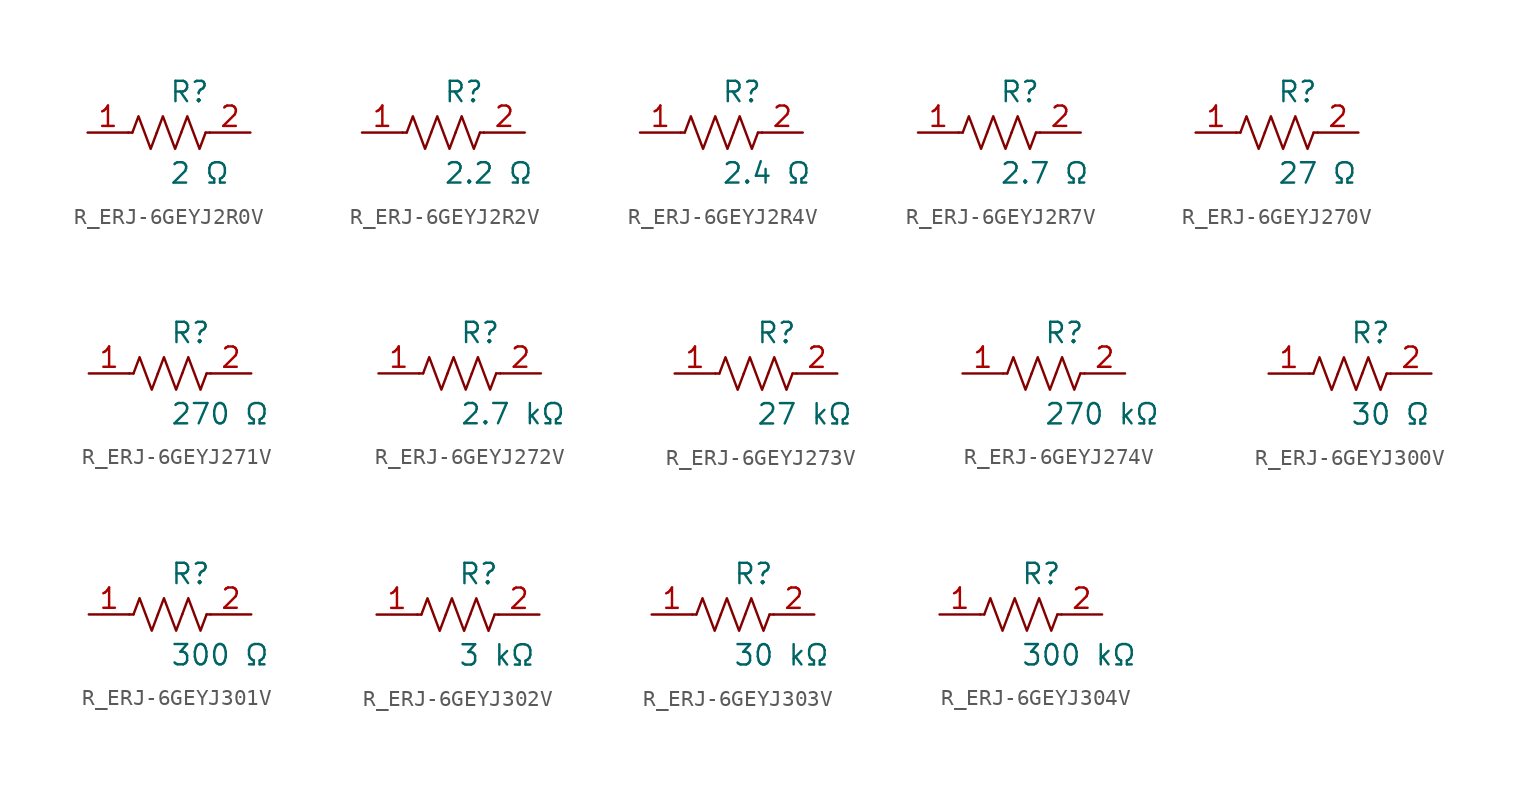
<source format=kicad_sym>
(kicad_symbol_lib
  (version 20231120)
  (generator kicad_symbol_editor)
  (generator_version 8.0)
  (symbol "R_ERJ-6GEYJ2R0V"
    (pin_names
      (offset 0.254))
    (property "Reference" "R"
      (at 0 2.54 0)
      (effects (font (size 1.27 1.27)) (justify left)))
    (property "Value" "2 Ω"
      (at 0 -2.54 0)
      (effects (font (size 1.27 1.27)) (justify left)))
    (symbol "R_ERJ-6GEYJ2R0V_0_1"
      (polyline (pts (xy 2.286 0) (xy 2.54 0)) (stroke (width 0) (type default)) (fill (type none)))
      (polyline (pts (xy -2.286 0) (xy -2.54 0)) (stroke (width 0) (type default)) (fill (type none)))
      (polyline (pts (xy 0.762 0) (xy 1.143 1.016) (xy 1.524 0) (xy 1.905 -1.016) (xy 2.286 0)) (stroke (width 0) (type default)) (fill (type none)))
      (polyline (pts (xy -0.762 0) (xy -0.381 1.016) (xy 0 0) (xy 0.381 -1.016) (xy 0.762 0)) (stroke (width 0) (type default)) (fill (type none)))
      (polyline (pts (xy -2.286 0) (xy -1.905 1.016) (xy -1.524 0) (xy -1.143 -1.016) (xy -0.762 0)) (stroke (width 0) (type default)) (fill (type none))))
    (pin passive line
      (at -5.08 0 0)
      (length 2.54)
      (name "" (effects (font (size 1.27 1.27))))
      (number "1" (effects (font (size 1.27 1.27)))))
    (pin passive line
      (at 5.08 0 180)
      (length 2.54)
      (name "" (effects (font (size 1.27 1.27))))
      (number "2" (effects (font (size 1.27 1.27))))))
  (symbol "R_ERJ-6GEYJ2R2V"
    (pin_names
      (offset 0.254))
    (property "Reference" "R"
      (at 0 2.54 0)
      (effects (font (size 1.27 1.27)) (justify left)))
    (property "Value" "2.2 Ω"
      (at 0 -2.54 0)
      (effects (font (size 1.27 1.27)) (justify left)))
    (symbol "R_ERJ-6GEYJ2R2V_0_1"
      (polyline (pts (xy 2.286 0) (xy 2.54 0)) (stroke (width 0) (type default)) (fill (type none)))
      (polyline (pts (xy -2.286 0) (xy -2.54 0)) (stroke (width 0) (type default)) (fill (type none)))
      (polyline (pts (xy 0.762 0) (xy 1.143 1.016) (xy 1.524 0) (xy 1.905 -1.016) (xy 2.286 0)) (stroke (width 0) (type default)) (fill (type none)))
      (polyline (pts (xy -0.762 0) (xy -0.381 1.016) (xy 0 0) (xy 0.381 -1.016) (xy 0.762 0)) (stroke (width 0) (type default)) (fill (type none)))
      (polyline (pts (xy -2.286 0) (xy -1.905 1.016) (xy -1.524 0) (xy -1.143 -1.016) (xy -0.762 0)) (stroke (width 0) (type default)) (fill (type none))))
    (pin passive line
      (at -5.08 0 0)
      (length 2.54)
      (name "" (effects (font (size 1.27 1.27))))
      (number "1" (effects (font (size 1.27 1.27)))))
    (pin passive line
      (at 5.08 0 180)
      (length 2.54)
      (name "" (effects (font (size 1.27 1.27))))
      (number "2" (effects (font (size 1.27 1.27))))))
  (symbol "R_ERJ-6GEYJ2R4V"
    (pin_names
      (offset 0.254))
    (property "Reference" "R"
      (at 0 2.54 0)
      (effects (font (size 1.27 1.27)) (justify left)))
    (property "Value" "2.4 Ω"
      (at 0 -2.54 0)
      (effects (font (size 1.27 1.27)) (justify left)))
    (symbol "R_ERJ-6GEYJ2R4V_0_1"
      (polyline (pts (xy 2.286 0) (xy 2.54 0)) (stroke (width 0) (type default)) (fill (type none)))
      (polyline (pts (xy -2.286 0) (xy -2.54 0)) (stroke (width 0) (type default)) (fill (type none)))
      (polyline (pts (xy 0.762 0) (xy 1.143 1.016) (xy 1.524 0) (xy 1.905 -1.016) (xy 2.286 0)) (stroke (width 0) (type default)) (fill (type none)))
      (polyline (pts (xy -0.762 0) (xy -0.381 1.016) (xy 0 0) (xy 0.381 -1.016) (xy 0.762 0)) (stroke (width 0) (type default)) (fill (type none)))
      (polyline (pts (xy -2.286 0) (xy -1.905 1.016) (xy -1.524 0) (xy -1.143 -1.016) (xy -0.762 0)) (stroke (width 0) (type default)) (fill (type none))))
    (pin passive line
      (at -5.08 0 0)
      (length 2.54)
      (name "" (effects (font (size 1.27 1.27))))
      (number "1" (effects (font (size 1.27 1.27)))))
    (pin passive line
      (at 5.08 0 180)
      (length 2.54)
      (name "" (effects (font (size 1.27 1.27))))
      (number "2" (effects (font (size 1.27 1.27))))))
  (symbol "R_ERJ-6GEYJ2R7V"
    (pin_names
      (offset 0.254))
    (property "Reference" "R"
      (at 0 2.54 0)
      (effects (font (size 1.27 1.27)) (justify left)))
    (property "Value" "2.7 Ω"
      (at 0 -2.54 0)
      (effects (font (size 1.27 1.27)) (justify left)))
    (symbol "R_ERJ-6GEYJ2R7V_0_1"
      (polyline (pts (xy 2.286 0) (xy 2.54 0)) (stroke (width 0) (type default)) (fill (type none)))
      (polyline (pts (xy -2.286 0) (xy -2.54 0)) (stroke (width 0) (type default)) (fill (type none)))
      (polyline (pts (xy 0.762 0) (xy 1.143 1.016) (xy 1.524 0) (xy 1.905 -1.016) (xy 2.286 0)) (stroke (width 0) (type default)) (fill (type none)))
      (polyline (pts (xy -0.762 0) (xy -0.381 1.016) (xy 0 0) (xy 0.381 -1.016) (xy 0.762 0)) (stroke (width 0) (type default)) (fill (type none)))
      (polyline (pts (xy -2.286 0) (xy -1.905 1.016) (xy -1.524 0) (xy -1.143 -1.016) (xy -0.762 0)) (stroke (width 0) (type default)) (fill (type none))))
    (pin passive line
      (at -5.08 0 0)
      (length 2.54)
      (name "" (effects (font (size 1.27 1.27))))
      (number "1" (effects (font (size 1.27 1.27)))))
    (pin passive line
      (at 5.08 0 180)
      (length 2.54)
      (name "" (effects (font (size 1.27 1.27))))
      (number "2" (effects (font (size 1.27 1.27))))))
  (symbol "R_ERJ-6GEYJ270V"
    (pin_names
      (offset 0.254))
    (property "Reference" "R"
      (at 0 2.54 0)
      (effects (font (size 1.27 1.27)) (justify left)))
    (property "Value" "27 Ω"
      (at 0 -2.54 0)
      (effects (font (size 1.27 1.27)) (justify left)))
    (symbol "R_ERJ-6GEYJ270V_0_1"
      (polyline (pts (xy 2.286 0) (xy 2.54 0)) (stroke (width 0) (type default)) (fill (type none)))
      (polyline (pts (xy -2.286 0) (xy -2.54 0)) (stroke (width 0) (type default)) (fill (type none)))
      (polyline (pts (xy 0.762 0) (xy 1.143 1.016) (xy 1.524 0) (xy 1.905 -1.016) (xy 2.286 0)) (stroke (width 0) (type default)) (fill (type none)))
      (polyline (pts (xy -0.762 0) (xy -0.381 1.016) (xy 0 0) (xy 0.381 -1.016) (xy 0.762 0)) (stroke (width 0) (type default)) (fill (type none)))
      (polyline (pts (xy -2.286 0) (xy -1.905 1.016) (xy -1.524 0) (xy -1.143 -1.016) (xy -0.762 0)) (stroke (width 0) (type default)) (fill (type none))))
    (pin passive line
      (at -5.08 0 0)
      (length 2.54)
      (name "" (effects (font (size 1.27 1.27))))
      (number "1" (effects (font (size 1.27 1.27)))))
    (pin passive line
      (at 5.08 0 180)
      (length 2.54)
      (name "" (effects (font (size 1.27 1.27))))
      (number "2" (effects (font (size 1.27 1.27))))))
  (symbol "R_ERJ-6GEYJ271V"
    (pin_names
      (offset 0.254))
    (property "Reference" "R"
      (at 0 2.54 0)
      (effects (font (size 1.27 1.27)) (justify left)))
    (property "Value" "270 Ω"
      (at 0 -2.54 0)
      (effects (font (size 1.27 1.27)) (justify left)))
    (symbol "R_ERJ-6GEYJ271V_0_1"
      (polyline (pts (xy 2.286 0) (xy 2.54 0)) (stroke (width 0) (type default)) (fill (type none)))
      (polyline (pts (xy -2.286 0) (xy -2.54 0)) (stroke (width 0) (type default)) (fill (type none)))
      (polyline (pts (xy 0.762 0) (xy 1.143 1.016) (xy 1.524 0) (xy 1.905 -1.016) (xy 2.286 0)) (stroke (width 0) (type default)) (fill (type none)))
      (polyline (pts (xy -0.762 0) (xy -0.381 1.016) (xy 0 0) (xy 0.381 -1.016) (xy 0.762 0)) (stroke (width 0) (type default)) (fill (type none)))
      (polyline (pts (xy -2.286 0) (xy -1.905 1.016) (xy -1.524 0) (xy -1.143 -1.016) (xy -0.762 0)) (stroke (width 0) (type default)) (fill (type none))))
    (pin passive line
      (at -5.08 0 0)
      (length 2.54)
      (name "" (effects (font (size 1.27 1.27))))
      (number "1" (effects (font (size 1.27 1.27)))))
    (pin passive line
      (at 5.08 0 180)
      (length 2.54)
      (name "" (effects (font (size 1.27 1.27))))
      (number "2" (effects (font (size 1.27 1.27))))))
  (symbol "R_ERJ-6GEYJ272V"
    (pin_names
      (offset 0.254))
    (property "Reference" "R"
      (at 0 2.54 0)
      (effects (font (size 1.27 1.27)) (justify left)))
    (property "Value" "2.7 kΩ"
      (at 0 -2.54 0)
      (effects (font (size 1.27 1.27)) (justify left)))
    (symbol "R_ERJ-6GEYJ272V_0_1"
      (polyline (pts (xy 2.286 0) (xy 2.54 0)) (stroke (width 0) (type default)) (fill (type none)))
      (polyline (pts (xy -2.286 0) (xy -2.54 0)) (stroke (width 0) (type default)) (fill (type none)))
      (polyline (pts (xy 0.762 0) (xy 1.143 1.016) (xy 1.524 0) (xy 1.905 -1.016) (xy 2.286 0)) (stroke (width 0) (type default)) (fill (type none)))
      (polyline (pts (xy -0.762 0) (xy -0.381 1.016) (xy 0 0) (xy 0.381 -1.016) (xy 0.762 0)) (stroke (width 0) (type default)) (fill (type none)))
      (polyline (pts (xy -2.286 0) (xy -1.905 1.016) (xy -1.524 0) (xy -1.143 -1.016) (xy -0.762 0)) (stroke (width 0) (type default)) (fill (type none))))
    (pin passive line
      (at -5.08 0 0)
      (length 2.54)
      (name "" (effects (font (size 1.27 1.27))))
      (number "1" (effects (font (size 1.27 1.27)))))
    (pin passive line
      (at 5.08 0 180)
      (length 2.54)
      (name "" (effects (font (size 1.27 1.27))))
      (number "2" (effects (font (size 1.27 1.27))))))
  (symbol "R_ERJ-6GEYJ273V"
    (pin_names
      (offset 0.254))
    (property "Reference" "R"
      (at 0 2.54 0)
      (effects (font (size 1.27 1.27)) (justify left)))
    (property "Value" "27 kΩ"
      (at 0 -2.54 0)
      (effects (font (size 1.27 1.27)) (justify left)))
    (symbol "R_ERJ-6GEYJ273V_0_1"
      (polyline (pts (xy 2.286 0) (xy 2.54 0)) (stroke (width 0) (type default)) (fill (type none)))
      (polyline (pts (xy -2.286 0) (xy -2.54 0)) (stroke (width 0) (type default)) (fill (type none)))
      (polyline (pts (xy 0.762 0) (xy 1.143 1.016) (xy 1.524 0) (xy 1.905 -1.016) (xy 2.286 0)) (stroke (width 0) (type default)) (fill (type none)))
      (polyline (pts (xy -0.762 0) (xy -0.381 1.016) (xy 0 0) (xy 0.381 -1.016) (xy 0.762 0)) (stroke (width 0) (type default)) (fill (type none)))
      (polyline (pts (xy -2.286 0) (xy -1.905 1.016) (xy -1.524 0) (xy -1.143 -1.016) (xy -0.762 0)) (stroke (width 0) (type default)) (fill (type none))))
    (pin passive line
      (at -5.08 0 0)
      (length 2.54)
      (name "" (effects (font (size 1.27 1.27))))
      (number "1" (effects (font (size 1.27 1.27)))))
    (pin passive line
      (at 5.08 0 180)
      (length 2.54)
      (name "" (effects (font (size 1.27 1.27))))
      (number "2" (effects (font (size 1.27 1.27))))))
  (symbol "R_ERJ-6GEYJ274V"
    (pin_names
      (offset 0.254))
    (property "Reference" "R"
      (at 0 2.54 0)
      (effects (font (size 1.27 1.27)) (justify left)))
    (property "Value" "270 kΩ"
      (at 0 -2.54 0)
      (effects (font (size 1.27 1.27)) (justify left)))
    (symbol "R_ERJ-6GEYJ274V_0_1"
      (polyline (pts (xy 2.286 0) (xy 2.54 0)) (stroke (width 0) (type default)) (fill (type none)))
      (polyline (pts (xy -2.286 0) (xy -2.54 0)) (stroke (width 0) (type default)) (fill (type none)))
      (polyline (pts (xy 0.762 0) (xy 1.143 1.016) (xy 1.524 0) (xy 1.905 -1.016) (xy 2.286 0)) (stroke (width 0) (type default)) (fill (type none)))
      (polyline (pts (xy -0.762 0) (xy -0.381 1.016) (xy 0 0) (xy 0.381 -1.016) (xy 0.762 0)) (stroke (width 0) (type default)) (fill (type none)))
      (polyline (pts (xy -2.286 0) (xy -1.905 1.016) (xy -1.524 0) (xy -1.143 -1.016) (xy -0.762 0)) (stroke (width 0) (type default)) (fill (type none))))
    (pin passive line
      (at -5.08 0 0)
      (length 2.54)
      (name "" (effects (font (size 1.27 1.27))))
      (number "1" (effects (font (size 1.27 1.27)))))
    (pin passive line
      (at 5.08 0 180)
      (length 2.54)
      (name "" (effects (font (size 1.27 1.27))))
      (number "2" (effects (font (size 1.27 1.27))))))
  (symbol "R_ERJ-6GEYJ300V"
    (pin_names
      (offset 0.254))
    (property "Reference" "R"
      (at 0 2.54 0)
      (effects (font (size 1.27 1.27)) (justify left)))
    (property "Value" "30 Ω"
      (at 0 -2.54 0)
      (effects (font (size 1.27 1.27)) (justify left)))
    (symbol "R_ERJ-6GEYJ300V_0_1"
      (polyline (pts (xy 2.286 0) (xy 2.54 0)) (stroke (width 0) (type default)) (fill (type none)))
      (polyline (pts (xy -2.286 0) (xy -2.54 0)) (stroke (width 0) (type default)) (fill (type none)))
      (polyline (pts (xy 0.762 0) (xy 1.143 1.016) (xy 1.524 0) (xy 1.905 -1.016) (xy 2.286 0)) (stroke (width 0) (type default)) (fill (type none)))
      (polyline (pts (xy -0.762 0) (xy -0.381 1.016) (xy 0 0) (xy 0.381 -1.016) (xy 0.762 0)) (stroke (width 0) (type default)) (fill (type none)))
      (polyline (pts (xy -2.286 0) (xy -1.905 1.016) (xy -1.524 0) (xy -1.143 -1.016) (xy -0.762 0)) (stroke (width 0) (type default)) (fill (type none))))
    (pin passive line
      (at -5.08 0 0)
      (length 2.54)
      (name "" (effects (font (size 1.27 1.27))))
      (number "1" (effects (font (size 1.27 1.27)))))
    (pin passive line
      (at 5.08 0 180)
      (length 2.54)
      (name "" (effects (font (size 1.27 1.27))))
      (number "2" (effects (font (size 1.27 1.27))))))
  (symbol "R_ERJ-6GEYJ301V"
    (pin_names
      (offset 0.254))
    (property "Reference" "R"
      (at 0 2.54 0)
      (effects (font (size 1.27 1.27)) (justify left)))
    (property "Value" "300 Ω"
      (at 0 -2.54 0)
      (effects (font (size 1.27 1.27)) (justify left)))
    (symbol "R_ERJ-6GEYJ301V_0_1"
      (polyline (pts (xy 2.286 0) (xy 2.54 0)) (stroke (width 0) (type default)) (fill (type none)))
      (polyline (pts (xy -2.286 0) (xy -2.54 0)) (stroke (width 0) (type default)) (fill (type none)))
      (polyline (pts (xy 0.762 0) (xy 1.143 1.016) (xy 1.524 0) (xy 1.905 -1.016) (xy 2.286 0)) (stroke (width 0) (type default)) (fill (type none)))
      (polyline (pts (xy -0.762 0) (xy -0.381 1.016) (xy 0 0) (xy 0.381 -1.016) (xy 0.762 0)) (stroke (width 0) (type default)) (fill (type none)))
      (polyline (pts (xy -2.286 0) (xy -1.905 1.016) (xy -1.524 0) (xy -1.143 -1.016) (xy -0.762 0)) (stroke (width 0) (type default)) (fill (type none))))
    (pin passive line
      (at -5.08 0 0)
      (length 2.54)
      (name "" (effects (font (size 1.27 1.27))))
      (number "1" (effects (font (size 1.27 1.27)))))
    (pin passive line
      (at 5.08 0 180)
      (length 2.54)
      (name "" (effects (font (size 1.27 1.27))))
      (number "2" (effects (font (size 1.27 1.27))))))
  (symbol "R_ERJ-6GEYJ302V"
    (pin_names
      (offset 0.254))
    (property "Reference" "R"
      (at 0 2.54 0)
      (effects (font (size 1.27 1.27)) (justify left)))
    (property "Value" "3 kΩ"
      (at 0 -2.54 0)
      (effects (font (size 1.27 1.27)) (justify left)))
    (symbol "R_ERJ-6GEYJ302V_0_1"
      (polyline (pts (xy 2.286 0) (xy 2.54 0)) (stroke (width 0) (type default)) (fill (type none)))
      (polyline (pts (xy -2.286 0) (xy -2.54 0)) (stroke (width 0) (type default)) (fill (type none)))
      (polyline (pts (xy 0.762 0) (xy 1.143 1.016) (xy 1.524 0) (xy 1.905 -1.016) (xy 2.286 0)) (stroke (width 0) (type default)) (fill (type none)))
      (polyline (pts (xy -0.762 0) (xy -0.381 1.016) (xy 0 0) (xy 0.381 -1.016) (xy 0.762 0)) (stroke (width 0) (type default)) (fill (type none)))
      (polyline (pts (xy -2.286 0) (xy -1.905 1.016) (xy -1.524 0) (xy -1.143 -1.016) (xy -0.762 0)) (stroke (width 0) (type default)) (fill (type none))))
    (pin passive line
      (at -5.08 0 0)
      (length 2.54)
      (name "" (effects (font (size 1.27 1.27))))
      (number "1" (effects (font (size 1.27 1.27)))))
    (pin passive line
      (at 5.08 0 180)
      (length 2.54)
      (name "" (effects (font (size 1.27 1.27))))
      (number "2" (effects (font (size 1.27 1.27))))))
  (symbol "R_ERJ-6GEYJ303V"
    (pin_names
      (offset 0.254))
    (property "Reference" "R"
      (at 0 2.54 0)
      (effects (font (size 1.27 1.27)) (justify left)))
    (property "Value" "30 kΩ"
      (at 0 -2.54 0)
      (effects (font (size 1.27 1.27)) (justify left)))
    (symbol "R_ERJ-6GEYJ303V_0_1"
      (polyline (pts (xy 2.286 0) (xy 2.54 0)) (stroke (width 0) (type default)) (fill (type none)))
      (polyline (pts (xy -2.286 0) (xy -2.54 0)) (stroke (width 0) (type default)) (fill (type none)))
      (polyline (pts (xy 0.762 0) (xy 1.143 1.016) (xy 1.524 0) (xy 1.905 -1.016) (xy 2.286 0)) (stroke (width 0) (type default)) (fill (type none)))
      (polyline (pts (xy -0.762 0) (xy -0.381 1.016) (xy 0 0) (xy 0.381 -1.016) (xy 0.762 0)) (stroke (width 0) (type default)) (fill (type none)))
      (polyline (pts (xy -2.286 0) (xy -1.905 1.016) (xy -1.524 0) (xy -1.143 -1.016) (xy -0.762 0)) (stroke (width 0) (type default)) (fill (type none))))
    (pin passive line
      (at -5.08 0 0)
      (length 2.54)
      (name "" (effects (font (size 1.27 1.27))))
      (number "1" (effects (font (size 1.27 1.27)))))
    (pin passive line
      (at 5.08 0 180)
      (length 2.54)
      (name "" (effects (font (size 1.27 1.27))))
      (number "2" (effects (font (size 1.27 1.27))))))
  (symbol "R_ERJ-6GEYJ304V"
    (pin_names
      (offset 0.254))
    (property "Reference" "R"
      (at 0 2.54 0)
      (effects (font (size 1.27 1.27)) (justify left)))
    (property "Value" "300 kΩ"
      (at 0 -2.54 0)
      (effects (font (size 1.27 1.27)) (justify left)))
    (symbol "R_ERJ-6GEYJ304V_0_1"
      (polyline (pts (xy 2.286 0) (xy 2.54 0)) (stroke (width 0) (type default)) (fill (type none)))
      (polyline (pts (xy -2.286 0) (xy -2.54 0)) (stroke (width 0) (type default)) (fill (type none)))
      (polyline (pts (xy 0.762 0) (xy 1.143 1.016) (xy 1.524 0) (xy 1.905 -1.016) (xy 2.286 0)) (stroke (width 0) (type default)) (fill (type none)))
      (polyline (pts (xy -0.762 0) (xy -0.381 1.016) (xy 0 0) (xy 0.381 -1.016) (xy 0.762 0)) (stroke (width 0) (type default)) (fill (type none)))
      (polyline (pts (xy -2.286 0) (xy -1.905 1.016) (xy -1.524 0) (xy -1.143 -1.016) (xy -0.762 0)) (stroke (width 0) (type default)) (fill (type none))))
    (pin passive line
      (at -5.08 0 0)
      (length 2.54)
      (name "" (effects (font (size 1.27 1.27))))
      (number "1" (effects (font (size 1.27 1.27)))))
    (pin passive line
      (at 5.08 0 180)
      (length 2.54)
      (name "" (effects (font (size 1.27 1.27))))
      (number "2" (effects (font (size 1.27 1.27)))))))
</source>
